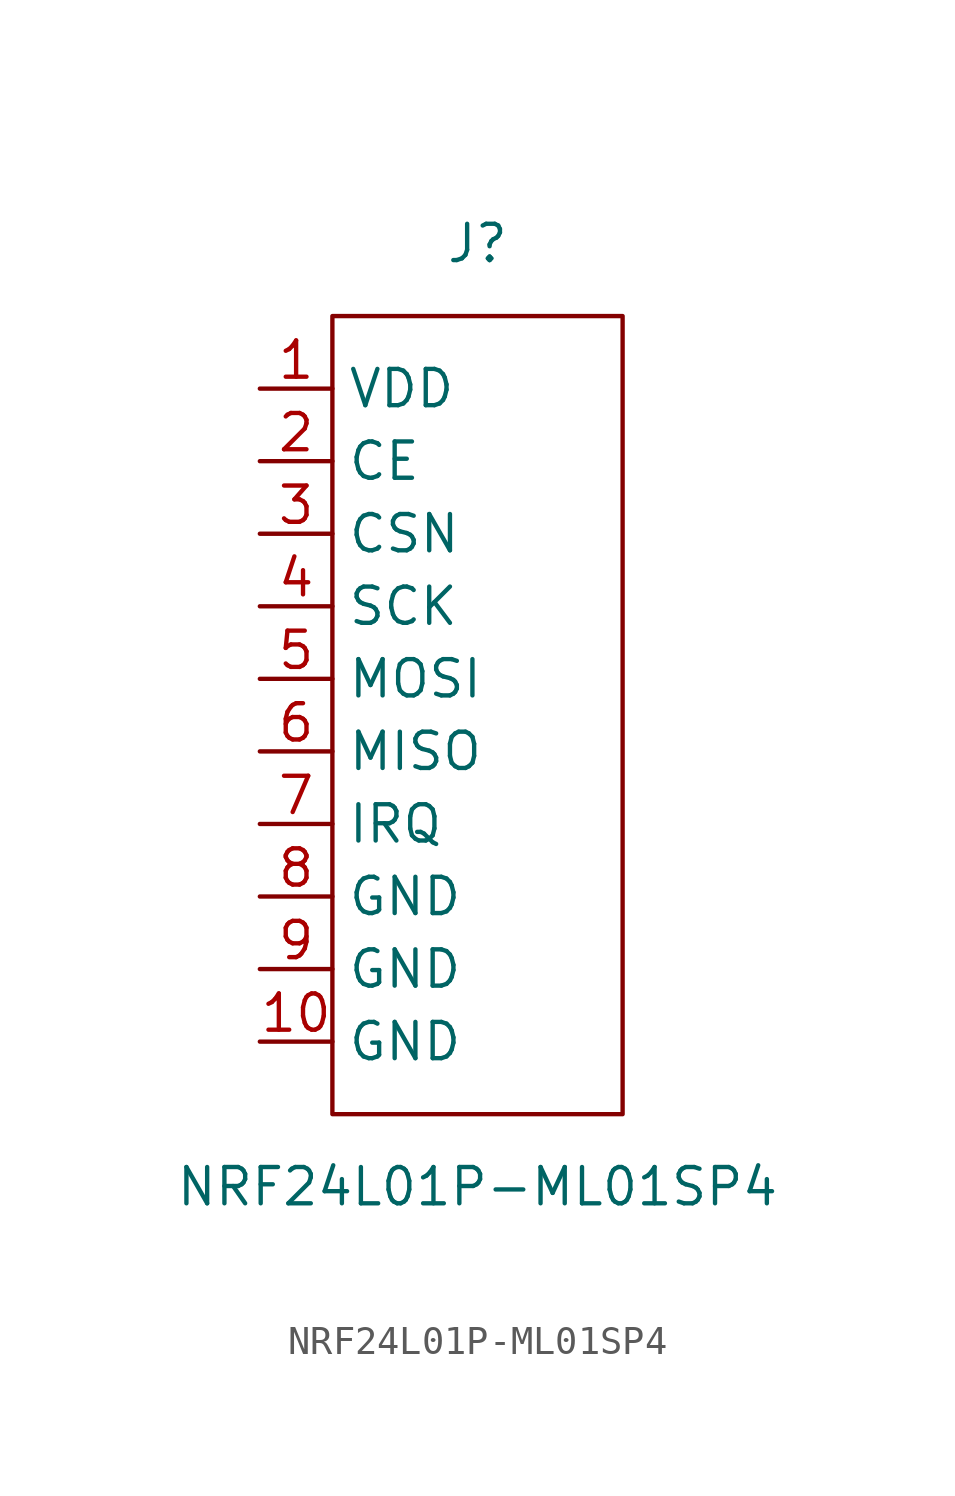
<source format=kicad_sym>
(kicad_symbol_lib
  (version 20211014)
  (generator kicad_symbol_editor)
  (symbol "NRF24L01P-ML01SP4"
    (property "Reference" "J"
      (at 0 11.43 0)
      (effects (font (size 1.27 1.27))))
    (property "Value" "NRF24L01P-ML01SP4"
      (at 0 -21.59 0)
      (effects (font (size 1.27 1.27))))
    (symbol "NRF24L01P-ML01SP4_0_1"
      (rectangle (start -5.08 8.89) (end 5.08 -19.05) (stroke (width 0) (type default) (color 0 0 0 0)) (fill (type none))))
    (symbol "NRF24L01P-ML01SP4_1_1"
      (pin power_in line (at -7.62 6.35 0) (length 2.54) (name "VDD" (effects (font (size 1.27 1.27)))) (number "1" (effects (font (size 1.27 1.27)))))
      (pin power_in line (at -7.62 -16.51 0) (length 2.54) (name "GND" (effects (font (size 1.27 1.27)))) (number "10" (effects (font (size 1.27 1.27)))))
      (pin input line (at -7.62 3.81 0) (length 2.54) (name "CE" (effects (font (size 1.27 1.27)))) (number "2" (effects (font (size 1.27 1.27)))))
      (pin input line (at -7.62 1.27 0) (length 2.54) (name "CSN" (effects (font (size 1.27 1.27)))) (number "3" (effects (font (size 1.27 1.27)))))
      (pin input line (at -7.62 -1.27 0) (length 2.54) (name "SCK" (effects (font (size 1.27 1.27)))) (number "4" (effects (font (size 1.27 1.27)))))
      (pin input line (at -7.62 -3.81 0) (length 2.54) (name "MOSI" (effects (font (size 1.27 1.27)))) (number "5" (effects (font (size 1.27 1.27)))))
      (pin output line (at -7.62 -6.35 0) (length 2.54) (name "MISO" (effects (font (size 1.27 1.27)))) (number "6" (effects (font (size 1.27 1.27)))))
      (pin output line (at -7.62 -8.89 0) (length 2.54) (name "IRQ" (effects (font (size 1.27 1.27)))) (number "7" (effects (font (size 1.27 1.27)))))
      (pin power_in line (at -7.62 -11.43 0) (length 2.54) (name "GND" (effects (font (size 1.27 1.27)))) (number "8" (effects (font (size 1.27 1.27)))))
      (pin power_in line (at -7.62 -13.97 0) (length 2.54) (name "GND" (effects (font (size 1.27 1.27)))) (number "9" (effects (font (size 1.27 1.27))))))))
</source>
